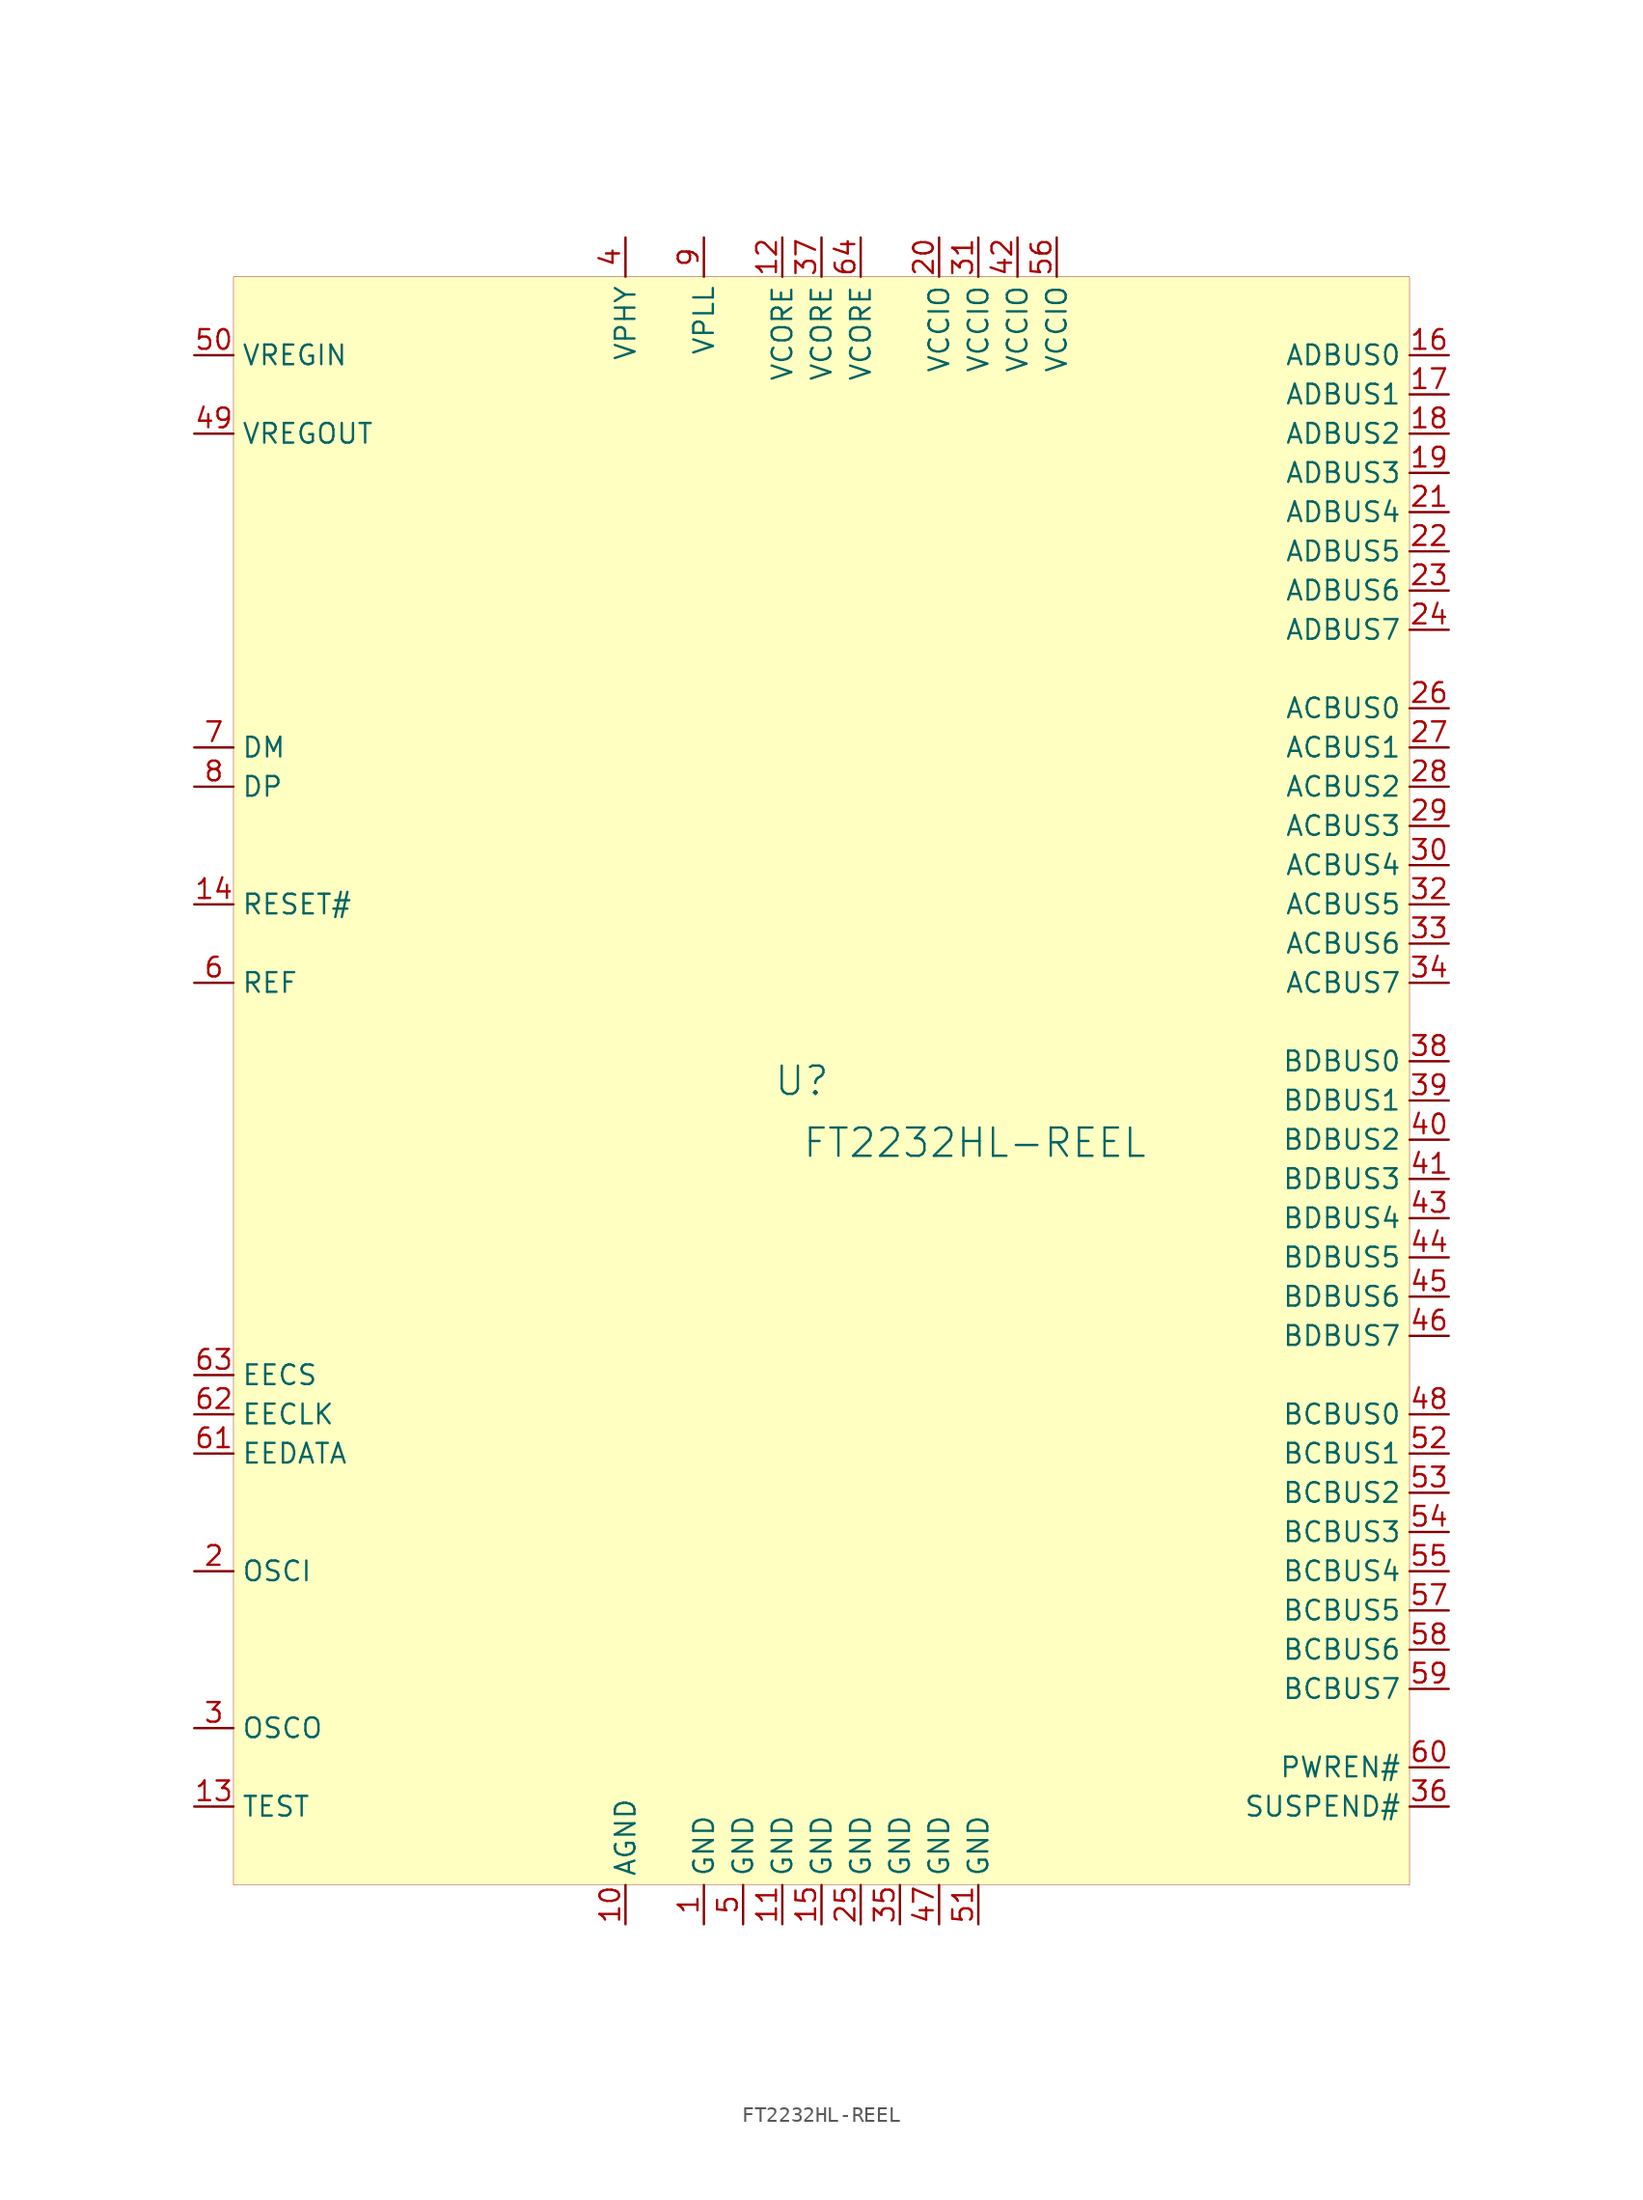
<source format=kicad_sym>
(kicad_symbol_lib
  (version 20231120)
  (generator "kicad_symbol_editor")
  (generator_version "8.0")
  (symbol "FT2232HL-REEL"
    (property "Reference" "U"
      (at -1.27 1.27 0)
      (effects (font (size 1.829 1.829))))
    (property "Value" "FT2232HL-REEL"
      (at -1.27 -3.81 0)
      (effects (font (size 1.829 1.829)) (justify left bottom)))
    (symbol "FT2232HL-REEL_1_0"
      (rectangle (start 38.1 53.34) (end -38.1 -50.8) (stroke (width 0.025) (type solid) (color 128 0 0 1)) (fill (type background)))
      (pin power_in line (at -7.62 -53.34 90) (length 2.54) (name "GND" (effects (font (size 1.27 1.27)))) (number "1" (effects (font (size 1.27 1.27)))))
      (pin power_in line (at -12.7 -53.34 90) (length 2.54) (name "AGND" (effects (font (size 1.27 1.27)))) (number "10" (effects (font (size 1.27 1.27)))))
      (pin power_in line (at -2.54 -53.34 90) (length 2.54) (name "GND" (effects (font (size 1.27 1.27)))) (number "11" (effects (font (size 1.27 1.27)))))
      (pin power_in line (at -2.54 55.88 270) (length 2.54) (name "VCORE" (effects (font (size 1.27 1.27)))) (number "12" (effects (font (size 1.27 1.27)))))
      (pin passive line (at -40.64 -45.72 0) (length 2.54) (name "TEST" (effects (font (size 1.27 1.27)))) (number "13" (effects (font (size 1.27 1.27)))))
      (pin input line (at -40.64 12.7 0) (length 2.54) (name "RESET#" (effects (font (size 1.27 1.27)))) (number "14" (effects (font (size 1.27 1.27)))))
      (pin power_in line (at 0 -53.34 90) (length 2.54) (name "GND" (effects (font (size 1.27 1.27)))) (number "15" (effects (font (size 1.27 1.27)))))
      (pin bidirectional line (at 40.64 48.26 180) (length 2.54) (name "ADBUS0" (effects (font (size 1.27 1.27)))) (number "16" (effects (font (size 1.27 1.27)))))
      (pin bidirectional line (at 40.64 45.72 180) (length 2.54) (name "ADBUS1" (effects (font (size 1.27 1.27)))) (number "17" (effects (font (size 1.27 1.27)))))
      (pin bidirectional line (at 40.64 43.18 180) (length 2.54) (name "ADBUS2" (effects (font (size 1.27 1.27)))) (number "18" (effects (font (size 1.27 1.27)))))
      (pin bidirectional line (at 40.64 40.64 180) (length 2.54) (name "ADBUS3" (effects (font (size 1.27 1.27)))) (number "19" (effects (font (size 1.27 1.27)))))
      (pin input line (at -40.64 -30.48 0) (length 2.54) (name "OSCI" (effects (font (size 1.27 1.27)))) (number "2" (effects (font (size 1.27 1.27)))))
      (pin power_in line (at 7.62 55.88 270) (length 2.54) (name "VCCIO" (effects (font (size 1.27 1.27)))) (number "20" (effects (font (size 1.27 1.27)))))
      (pin bidirectional line (at 40.64 38.1 180) (length 2.54) (name "ADBUS4" (effects (font (size 1.27 1.27)))) (number "21" (effects (font (size 1.27 1.27)))))
      (pin bidirectional line (at 40.64 35.56 180) (length 2.54) (name "ADBUS5" (effects (font (size 1.27 1.27)))) (number "22" (effects (font (size 1.27 1.27)))))
      (pin bidirectional line (at 40.64 33.02 180) (length 2.54) (name "ADBUS6" (effects (font (size 1.27 1.27)))) (number "23" (effects (font (size 1.27 1.27)))))
      (pin bidirectional line (at 40.64 30.48 180) (length 2.54) (name "ADBUS7" (effects (font (size 1.27 1.27)))) (number "24" (effects (font (size 1.27 1.27)))))
      (pin power_in line (at 2.54 -53.34 90) (length 2.54) (name "GND" (effects (font (size 1.27 1.27)))) (number "25" (effects (font (size 1.27 1.27)))))
      (pin bidirectional line (at 40.64 25.4 180) (length 2.54) (name "ACBUS0" (effects (font (size 1.27 1.27)))) (number "26" (effects (font (size 1.27 1.27)))))
      (pin bidirectional line (at 40.64 22.86 180) (length 2.54) (name "ACBUS1" (effects (font (size 1.27 1.27)))) (number "27" (effects (font (size 1.27 1.27)))))
      (pin bidirectional line (at 40.64 20.32 180) (length 2.54) (name "ACBUS2" (effects (font (size 1.27 1.27)))) (number "28" (effects (font (size 1.27 1.27)))))
      (pin bidirectional line (at 40.64 17.78 180) (length 2.54) (name "ACBUS3" (effects (font (size 1.27 1.27)))) (number "29" (effects (font (size 1.27 1.27)))))
      (pin output line (at -40.64 -40.64 0) (length 2.54) (name "OSCO" (effects (font (size 1.27 1.27)))) (number "3" (effects (font (size 1.27 1.27)))))
      (pin bidirectional line (at 40.64 15.24 180) (length 2.54) (name "ACBUS4" (effects (font (size 1.27 1.27)))) (number "30" (effects (font (size 1.27 1.27)))))
      (pin power_in line (at 10.16 55.88 270) (length 2.54) (name "VCCIO" (effects (font (size 1.27 1.27)))) (number "31" (effects (font (size 1.27 1.27)))))
      (pin bidirectional line (at 40.64 12.7 180) (length 2.54) (name "ACBUS5" (effects (font (size 1.27 1.27)))) (number "32" (effects (font (size 1.27 1.27)))))
      (pin bidirectional line (at 40.64 10.16 180) (length 2.54) (name "ACBUS6" (effects (font (size 1.27 1.27)))) (number "33" (effects (font (size 1.27 1.27)))))
      (pin bidirectional line (at 40.64 7.62 180) (length 2.54) (name "ACBUS7" (effects (font (size 1.27 1.27)))) (number "34" (effects (font (size 1.27 1.27)))))
      (pin power_in line (at 5.08 -53.34 90) (length 2.54) (name "GND" (effects (font (size 1.27 1.27)))) (number "35" (effects (font (size 1.27 1.27)))))
      (pin input line (at 40.64 -45.72 180) (length 2.54) (name "SUSPEND#" (effects (font (size 1.27 1.27)))) (number "36" (effects (font (size 1.27 1.27)))))
      (pin power_in line (at 0 55.88 270) (length 2.54) (name "VCORE" (effects (font (size 1.27 1.27)))) (number "37" (effects (font (size 1.27 1.27)))))
      (pin bidirectional line (at 40.64 2.54 180) (length 2.54) (name "BDBUS0" (effects (font (size 1.27 1.27)))) (number "38" (effects (font (size 1.27 1.27)))))
      (pin bidirectional line (at 40.64 0 180) (length 2.54) (name "BDBUS1" (effects (font (size 1.27 1.27)))) (number "39" (effects (font (size 1.27 1.27)))))
      (pin power_in line (at -12.7 55.88 270) (length 2.54) (name "VPHY" (effects (font (size 1.27 1.27)))) (number "4" (effects (font (size 1.27 1.27)))))
      (pin bidirectional line (at 40.64 -2.54 180) (length 2.54) (name "BDBUS2" (effects (font (size 1.27 1.27)))) (number "40" (effects (font (size 1.27 1.27)))))
      (pin bidirectional line (at 40.64 -5.08 180) (length 2.54) (name "BDBUS3" (effects (font (size 1.27 1.27)))) (number "41" (effects (font (size 1.27 1.27)))))
      (pin power_in line (at 12.7 55.88 270) (length 2.54) (name "VCCIO" (effects (font (size 1.27 1.27)))) (number "42" (effects (font (size 1.27 1.27)))))
      (pin bidirectional line (at 40.64 -7.62 180) (length 2.54) (name "BDBUS4" (effects (font (size 1.27 1.27)))) (number "43" (effects (font (size 1.27 1.27)))))
      (pin bidirectional line (at 40.64 -10.16 180) (length 2.54) (name "BDBUS5" (effects (font (size 1.27 1.27)))) (number "44" (effects (font (size 1.27 1.27)))))
      (pin bidirectional line (at 40.64 -12.7 180) (length 2.54) (name "BDBUS6" (effects (font (size 1.27 1.27)))) (number "45" (effects (font (size 1.27 1.27)))))
      (pin bidirectional line (at 40.64 -15.24 180) (length 2.54) (name "BDBUS7" (effects (font (size 1.27 1.27)))) (number "46" (effects (font (size 1.27 1.27)))))
      (pin power_in line (at 7.62 -53.34 90) (length 2.54) (name "GND" (effects (font (size 1.27 1.27)))) (number "47" (effects (font (size 1.27 1.27)))))
      (pin input line (at 40.64 -20.32 180) (length 2.54) (name "BCBUS0" (effects (font (size 1.27 1.27)))) (number "48" (effects (font (size 1.27 1.27)))))
      (pin power_in line (at -40.64 43.18 0) (length 2.54) (name "VREGOUT" (effects (font (size 1.27 1.27)))) (number "49" (effects (font (size 1.27 1.27)))))
      (pin power_in line (at -5.08 -53.34 90) (length 2.54) (name "GND" (effects (font (size 1.27 1.27)))) (number "5" (effects (font (size 1.27 1.27)))))
      (pin power_in line (at -40.64 48.26 0) (length 2.54) (name "VREGIN" (effects (font (size 1.27 1.27)))) (number "50" (effects (font (size 1.27 1.27)))))
      (pin power_in line (at 10.16 -53.34 90) (length 2.54) (name "GND" (effects (font (size 1.27 1.27)))) (number "51" (effects (font (size 1.27 1.27)))))
      (pin input line (at 40.64 -22.86 180) (length 2.54) (name "BCBUS1" (effects (font (size 1.27 1.27)))) (number "52" (effects (font (size 1.27 1.27)))))
      (pin input line (at 40.64 -25.4 180) (length 2.54) (name "BCBUS2" (effects (font (size 1.27 1.27)))) (number "53" (effects (font (size 1.27 1.27)))))
      (pin input line (at 40.64 -27.94 180) (length 2.54) (name "BCBUS3" (effects (font (size 1.27 1.27)))) (number "54" (effects (font (size 1.27 1.27)))))
      (pin input line (at 40.64 -30.48 180) (length 2.54) (name "BCBUS4" (effects (font (size 1.27 1.27)))) (number "55" (effects (font (size 1.27 1.27)))))
      (pin power_in line (at 15.24 55.88 270) (length 2.54) (name "VCCIO" (effects (font (size 1.27 1.27)))) (number "56" (effects (font (size 1.27 1.27)))))
      (pin input line (at 40.64 -33.02 180) (length 2.54) (name "BCBUS5" (effects (font (size 1.27 1.27)))) (number "57" (effects (font (size 1.27 1.27)))))
      (pin input line (at 40.64 -35.56 180) (length 2.54) (name "BCBUS6" (effects (font (size 1.27 1.27)))) (number "58" (effects (font (size 1.27 1.27)))))
      (pin input line (at 40.64 -38.1 180) (length 2.54) (name "BCBUS7" (effects (font (size 1.27 1.27)))) (number "59" (effects (font (size 1.27 1.27)))))
      (pin passive line (at -40.64 7.62 0) (length 2.54) (name "REF" (effects (font (size 1.27 1.27)))) (number "6" (effects (font (size 1.27 1.27)))))
      (pin input line (at 40.64 -43.18 180) (length 2.54) (name "PWREN#" (effects (font (size 1.27 1.27)))) (number "60" (effects (font (size 1.27 1.27)))))
      (pin bidirectional line (at -40.64 -22.86 0) (length 2.54) (name "EEDATA" (effects (font (size 1.27 1.27)))) (number "61" (effects (font (size 1.27 1.27)))))
      (pin output line (at -40.64 -20.32 0) (length 2.54) (name "EECLK" (effects (font (size 1.27 1.27)))) (number "62" (effects (font (size 1.27 1.27)))))
      (pin output line (at -40.64 -17.78 0) (length 2.54) (name "EECS" (effects (font (size 1.27 1.27)))) (number "63" (effects (font (size 1.27 1.27)))))
      (pin power_in line (at 2.54 55.88 270) (length 2.54) (name "VCORE" (effects (font (size 1.27 1.27)))) (number "64" (effects (font (size 1.27 1.27)))))
      (pin bidirectional line (at -40.64 22.86 0) (length 2.54) (name "DM" (effects (font (size 1.27 1.27)))) (number "7" (effects (font (size 1.27 1.27)))))
      (pin bidirectional line (at -40.64 20.32 0) (length 2.54) (name "DP" (effects (font (size 1.27 1.27)))) (number "8" (effects (font (size 1.27 1.27)))))
      (pin power_in line (at -7.62 55.88 270) (length 2.54) (name "VPLL" (effects (font (size 1.27 1.27)))) (number "9" (effects (font (size 1.27 1.27))))))))
</source>
